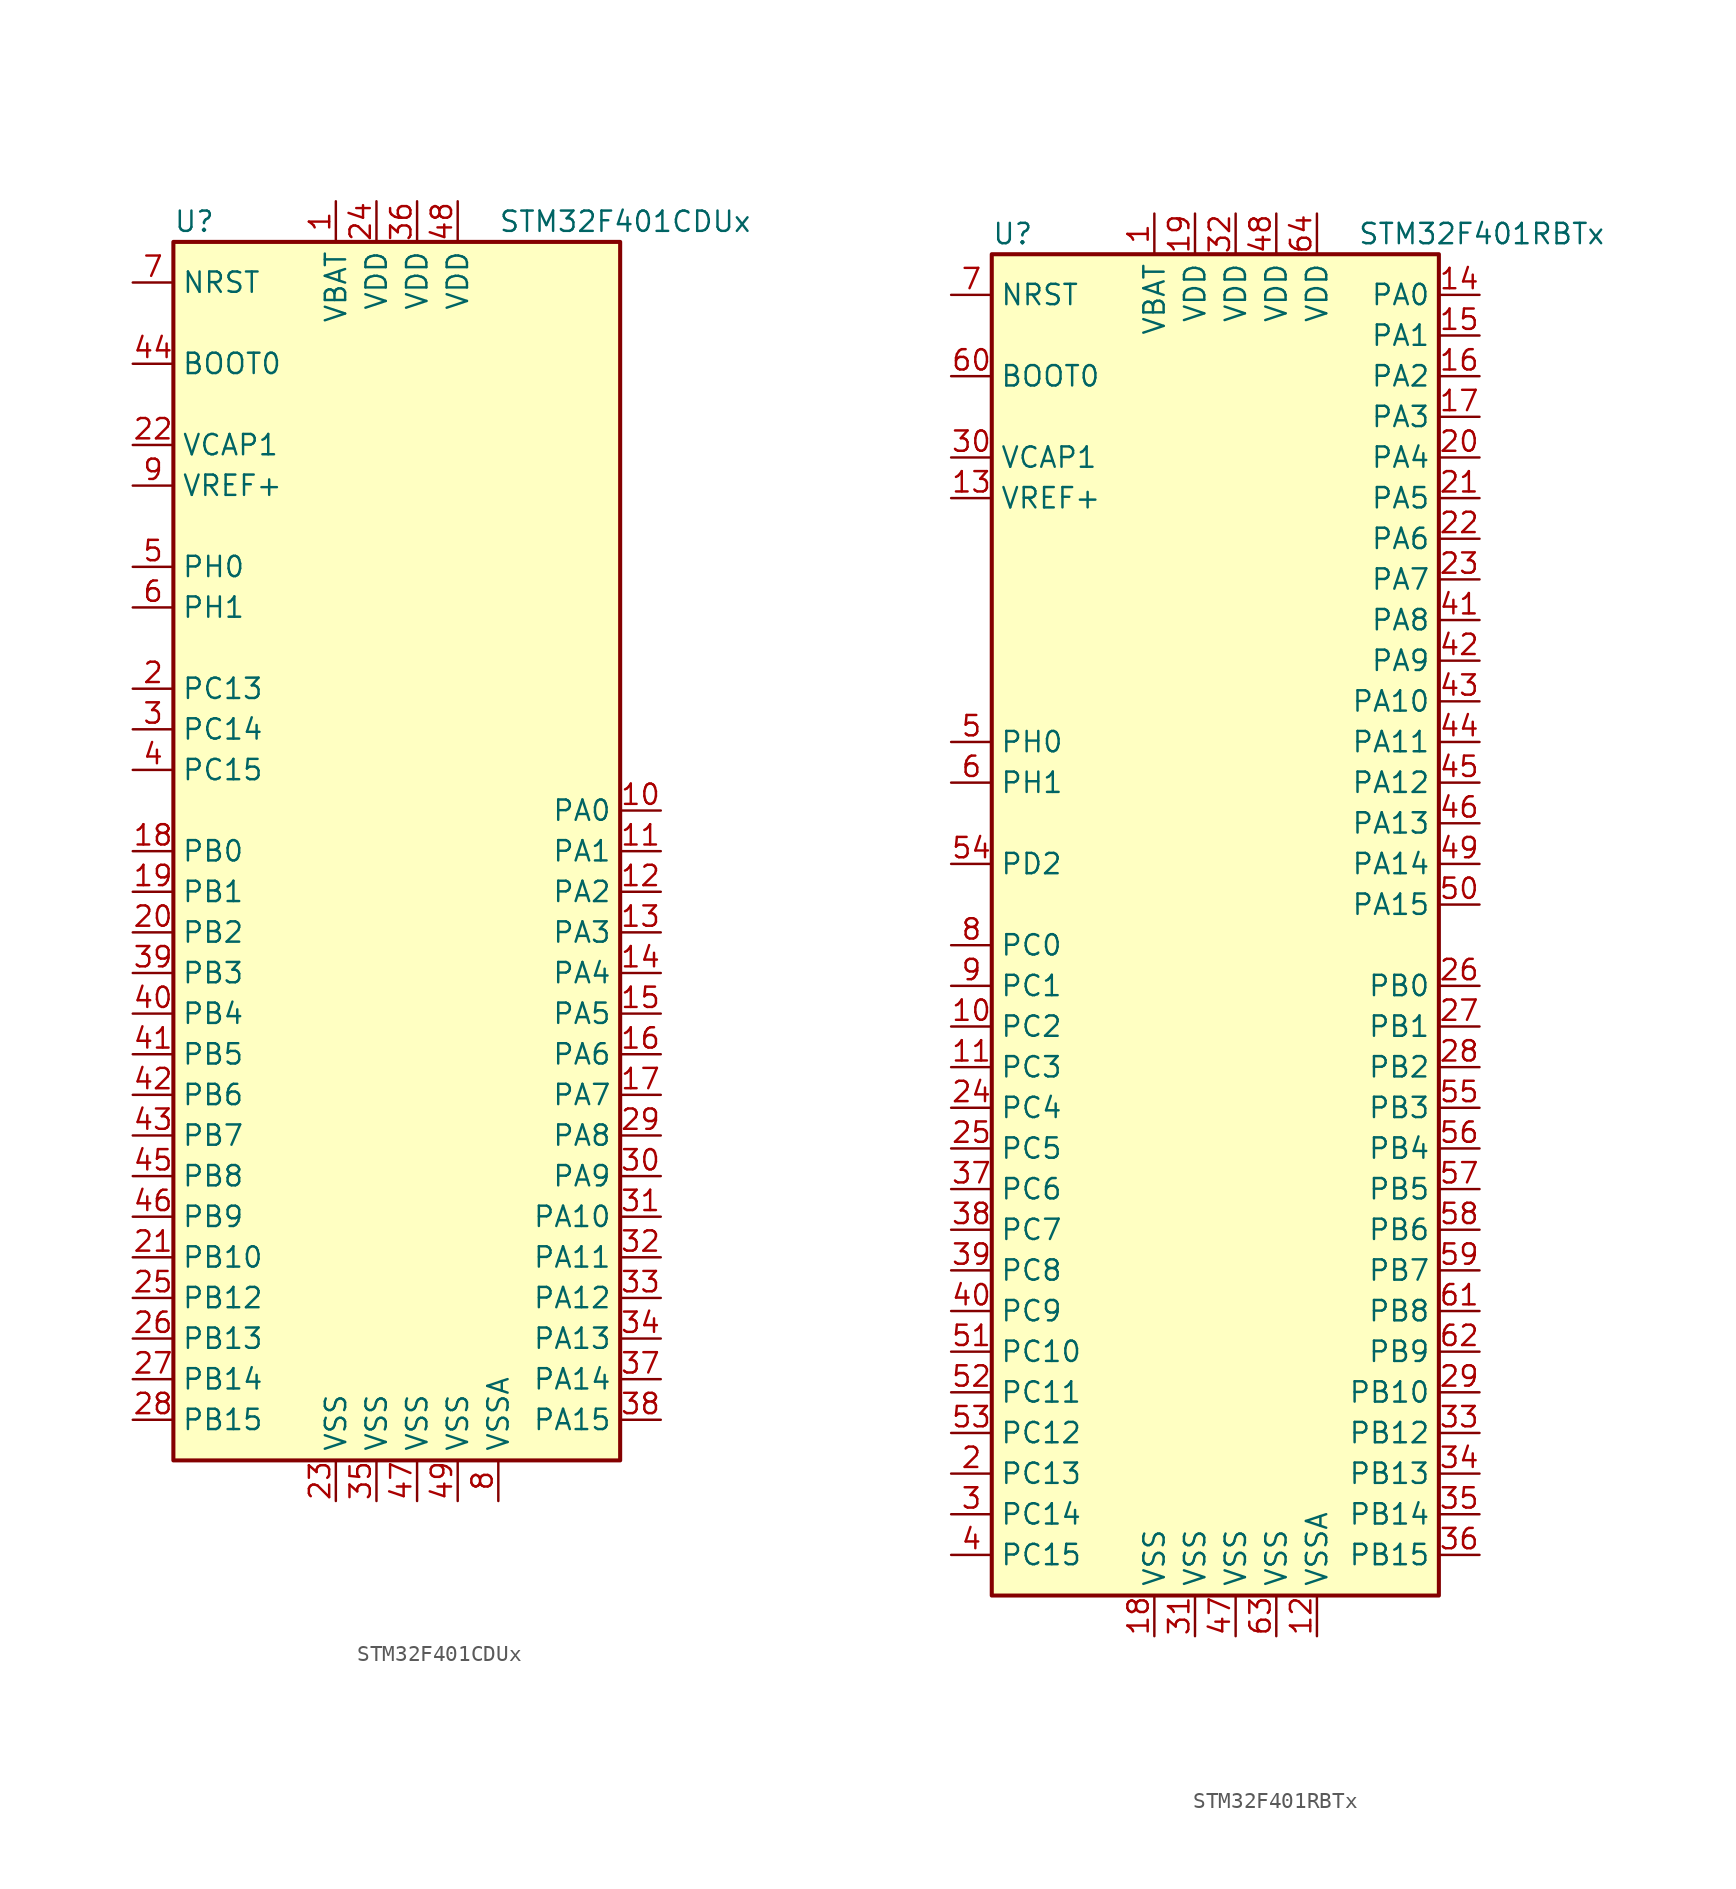
<source format=kicad_sym>
(kicad_symbol_lib
  (version 20211014)
  (generator kicad_symbol_editor)
  (symbol "STM32F401CDUx"
    (property "Reference" "U"
      (at -15.24 39.37 0)
      (effects (font (size 1.27 1.27)) (justify left)))
    (property "Value" "STM32F401CDUx"
      (at 5.08 39.37 0)
      (effects (font (size 1.27 1.27)) (justify left)))
    (symbol "STM32F401CDUx_0_1"
      (rectangle (start -15.24 -38.1) (end 12.7 38.1) (stroke (width 0.254) (type default) (color 0 0 0 0)) (fill (type background))))
    (symbol "STM32F401CDUx_1_1"
      (pin power_in line (at -5.08 40.64 270) (length 2.54) (name "VBAT" (effects (font (size 1.27 1.27)))) (number "1" (effects (font (size 1.27 1.27)))))
      (pin bidirectional line (at 15.24 2.54 180) (length 2.54) (name "PA0" (effects (font (size 1.27 1.27)))) (number "10" (effects (font (size 1.27 1.27)))))
      (pin bidirectional line (at 15.24 0 180) (length 2.54) (name "PA1" (effects (font (size 1.27 1.27)))) (number "11" (effects (font (size 1.27 1.27)))))
      (pin bidirectional line (at 15.24 -2.54 180) (length 2.54) (name "PA2" (effects (font (size 1.27 1.27)))) (number "12" (effects (font (size 1.27 1.27)))))
      (pin bidirectional line (at 15.24 -5.08 180) (length 2.54) (name "PA3" (effects (font (size 1.27 1.27)))) (number "13" (effects (font (size 1.27 1.27)))))
      (pin bidirectional line (at 15.24 -7.62 180) (length 2.54) (name "PA4" (effects (font (size 1.27 1.27)))) (number "14" (effects (font (size 1.27 1.27)))))
      (pin bidirectional line (at 15.24 -10.16 180) (length 2.54) (name "PA5" (effects (font (size 1.27 1.27)))) (number "15" (effects (font (size 1.27 1.27)))))
      (pin bidirectional line (at 15.24 -12.7 180) (length 2.54) (name "PA6" (effects (font (size 1.27 1.27)))) (number "16" (effects (font (size 1.27 1.27)))))
      (pin bidirectional line (at 15.24 -15.24 180) (length 2.54) (name "PA7" (effects (font (size 1.27 1.27)))) (number "17" (effects (font (size 1.27 1.27)))))
      (pin bidirectional line (at -17.78 0 0) (length 2.54) (name "PB0" (effects (font (size 1.27 1.27)))) (number "18" (effects (font (size 1.27 1.27)))))
      (pin bidirectional line (at -17.78 -2.54 0) (length 2.54) (name "PB1" (effects (font (size 1.27 1.27)))) (number "19" (effects (font (size 1.27 1.27)))))
      (pin bidirectional line (at -17.78 10.16 0) (length 2.54) (name "PC13" (effects (font (size 1.27 1.27)))) (number "2" (effects (font (size 1.27 1.27)))))
      (pin bidirectional line (at -17.78 -5.08 0) (length 2.54) (name "PB2" (effects (font (size 1.27 1.27)))) (number "20" (effects (font (size 1.27 1.27)))))
      (pin bidirectional line (at -17.78 -25.4 0) (length 2.54) (name "PB10" (effects (font (size 1.27 1.27)))) (number "21" (effects (font (size 1.27 1.27)))))
      (pin power_in line (at -17.78 25.4 0) (length 2.54) (name "VCAP1" (effects (font (size 1.27 1.27)))) (number "22" (effects (font (size 1.27 1.27)))))
      (pin power_in line (at -5.08 -40.64 90) (length 2.54) (name "VSS" (effects (font (size 1.27 1.27)))) (number "23" (effects (font (size 1.27 1.27)))))
      (pin power_in line (at -2.54 40.64 270) (length 2.54) (name "VDD" (effects (font (size 1.27 1.27)))) (number "24" (effects (font (size 1.27 1.27)))))
      (pin bidirectional line (at -17.78 -27.94 0) (length 2.54) (name "PB12" (effects (font (size 1.27 1.27)))) (number "25" (effects (font (size 1.27 1.27)))))
      (pin bidirectional line (at -17.78 -30.48 0) (length 2.54) (name "PB13" (effects (font (size 1.27 1.27)))) (number "26" (effects (font (size 1.27 1.27)))))
      (pin bidirectional line (at -17.78 -33.02 0) (length 2.54) (name "PB14" (effects (font (size 1.27 1.27)))) (number "27" (effects (font (size 1.27 1.27)))))
      (pin bidirectional line (at -17.78 -35.56 0) (length 2.54) (name "PB15" (effects (font (size 1.27 1.27)))) (number "28" (effects (font (size 1.27 1.27)))))
      (pin bidirectional line (at 15.24 -17.78 180) (length 2.54) (name "PA8" (effects (font (size 1.27 1.27)))) (number "29" (effects (font (size 1.27 1.27)))))
      (pin bidirectional line (at -17.78 7.62 0) (length 2.54) (name "PC14" (effects (font (size 1.27 1.27)))) (number "3" (effects (font (size 1.27 1.27)))))
      (pin bidirectional line (at 15.24 -20.32 180) (length 2.54) (name "PA9" (effects (font (size 1.27 1.27)))) (number "30" (effects (font (size 1.27 1.27)))))
      (pin bidirectional line (at 15.24 -22.86 180) (length 2.54) (name "PA10" (effects (font (size 1.27 1.27)))) (number "31" (effects (font (size 1.27 1.27)))))
      (pin bidirectional line (at 15.24 -25.4 180) (length 2.54) (name "PA11" (effects (font (size 1.27 1.27)))) (number "32" (effects (font (size 1.27 1.27)))))
      (pin bidirectional line (at 15.24 -27.94 180) (length 2.54) (name "PA12" (effects (font (size 1.27 1.27)))) (number "33" (effects (font (size 1.27 1.27)))))
      (pin bidirectional line (at 15.24 -30.48 180) (length 2.54) (name "PA13" (effects (font (size 1.27 1.27)))) (number "34" (effects (font (size 1.27 1.27)))))
      (pin power_in line (at -2.54 -40.64 90) (length 2.54) (name "VSS" (effects (font (size 1.27 1.27)))) (number "35" (effects (font (size 1.27 1.27)))))
      (pin power_in line (at 0 40.64 270) (length 2.54) (name "VDD" (effects (font (size 1.27 1.27)))) (number "36" (effects (font (size 1.27 1.27)))))
      (pin bidirectional line (at 15.24 -33.02 180) (length 2.54) (name "PA14" (effects (font (size 1.27 1.27)))) (number "37" (effects (font (size 1.27 1.27)))))
      (pin bidirectional line (at 15.24 -35.56 180) (length 2.54) (name "PA15" (effects (font (size 1.27 1.27)))) (number "38" (effects (font (size 1.27 1.27)))))
      (pin bidirectional line (at -17.78 -7.62 0) (length 2.54) (name "PB3" (effects (font (size 1.27 1.27)))) (number "39" (effects (font (size 1.27 1.27)))))
      (pin bidirectional line (at -17.78 5.08 0) (length 2.54) (name "PC15" (effects (font (size 1.27 1.27)))) (number "4" (effects (font (size 1.27 1.27)))))
      (pin bidirectional line (at -17.78 -10.16 0) (length 2.54) (name "PB4" (effects (font (size 1.27 1.27)))) (number "40" (effects (font (size 1.27 1.27)))))
      (pin bidirectional line (at -17.78 -12.7 0) (length 2.54) (name "PB5" (effects (font (size 1.27 1.27)))) (number "41" (effects (font (size 1.27 1.27)))))
      (pin bidirectional line (at -17.78 -15.24 0) (length 2.54) (name "PB6" (effects (font (size 1.27 1.27)))) (number "42" (effects (font (size 1.27 1.27)))))
      (pin bidirectional line (at -17.78 -17.78 0) (length 2.54) (name "PB7" (effects (font (size 1.27 1.27)))) (number "43" (effects (font (size 1.27 1.27)))))
      (pin input line (at -17.78 30.48 0) (length 2.54) (name "BOOT0" (effects (font (size 1.27 1.27)))) (number "44" (effects (font (size 1.27 1.27)))))
      (pin bidirectional line (at -17.78 -20.32 0) (length 2.54) (name "PB8" (effects (font (size 1.27 1.27)))) (number "45" (effects (font (size 1.27 1.27)))))
      (pin bidirectional line (at -17.78 -22.86 0) (length 2.54) (name "PB9" (effects (font (size 1.27 1.27)))) (number "46" (effects (font (size 1.27 1.27)))))
      (pin power_in line (at 0 -40.64 90) (length 2.54) (name "VSS" (effects (font (size 1.27 1.27)))) (number "47" (effects (font (size 1.27 1.27)))))
      (pin power_in line (at 2.54 40.64 270) (length 2.54) (name "VDD" (effects (font (size 1.27 1.27)))) (number "48" (effects (font (size 1.27 1.27)))))
      (pin power_in line (at 2.54 -40.64 90) (length 2.54) (name "VSS" (effects (font (size 1.27 1.27)))) (number "49" (effects (font (size 1.27 1.27)))))
      (pin input line (at -17.78 17.78 0) (length 2.54) (name "PH0" (effects (font (size 1.27 1.27)))) (number "5" (effects (font (size 1.27 1.27)))))
      (pin input line (at -17.78 15.24 0) (length 2.54) (name "PH1" (effects (font (size 1.27 1.27)))) (number "6" (effects (font (size 1.27 1.27)))))
      (pin input line (at -17.78 35.56 0) (length 2.54) (name "NRST" (effects (font (size 1.27 1.27)))) (number "7" (effects (font (size 1.27 1.27)))))
      (pin power_in line (at 5.08 -40.64 90) (length 2.54) (name "VSSA" (effects (font (size 1.27 1.27)))) (number "8" (effects (font (size 1.27 1.27)))))
      (pin power_in line (at -17.78 22.86 0) (length 2.54) (name "VREF+" (effects (font (size 1.27 1.27)))) (number "9" (effects (font (size 1.27 1.27)))))))
  (symbol "STM32F401RBTx"
    (property "Reference" "U"
      (at -15.24 41.91 0)
      (effects (font (size 1.27 1.27)) (justify left)))
    (property "Value" "STM32F401RBTx"
      (at 7.62 41.91 0)
      (effects (font (size 1.27 1.27)) (justify left)))
    (symbol "STM32F401RBTx_0_1"
      (rectangle (start -15.24 -43.18) (end 12.7 40.64) (stroke (width 0.254) (type default) (color 0 0 0 0)) (fill (type background))))
    (symbol "STM32F401RBTx_1_1"
      (pin power_in line (at -5.08 43.18 270) (length 2.54) (name "VBAT" (effects (font (size 1.27 1.27)))) (number "1" (effects (font (size 1.27 1.27)))))
      (pin bidirectional line (at -17.78 -7.62 0) (length 2.54) (name "PC2" (effects (font (size 1.27 1.27)))) (number "10" (effects (font (size 1.27 1.27)))))
      (pin bidirectional line (at -17.78 -10.16 0) (length 2.54) (name "PC3" (effects (font (size 1.27 1.27)))) (number "11" (effects (font (size 1.27 1.27)))))
      (pin power_in line (at 5.08 -45.72 90) (length 2.54) (name "VSSA" (effects (font (size 1.27 1.27)))) (number "12" (effects (font (size 1.27 1.27)))))
      (pin power_in line (at -17.78 25.4 0) (length 2.54) (name "VREF+" (effects (font (size 1.27 1.27)))) (number "13" (effects (font (size 1.27 1.27)))))
      (pin bidirectional line (at 15.24 38.1 180) (length 2.54) (name "PA0" (effects (font (size 1.27 1.27)))) (number "14" (effects (font (size 1.27 1.27)))))
      (pin bidirectional line (at 15.24 35.56 180) (length 2.54) (name "PA1" (effects (font (size 1.27 1.27)))) (number "15" (effects (font (size 1.27 1.27)))))
      (pin bidirectional line (at 15.24 33.02 180) (length 2.54) (name "PA2" (effects (font (size 1.27 1.27)))) (number "16" (effects (font (size 1.27 1.27)))))
      (pin bidirectional line (at 15.24 30.48 180) (length 2.54) (name "PA3" (effects (font (size 1.27 1.27)))) (number "17" (effects (font (size 1.27 1.27)))))
      (pin power_in line (at -5.08 -45.72 90) (length 2.54) (name "VSS" (effects (font (size 1.27 1.27)))) (number "18" (effects (font (size 1.27 1.27)))))
      (pin power_in line (at -2.54 43.18 270) (length 2.54) (name "VDD" (effects (font (size 1.27 1.27)))) (number "19" (effects (font (size 1.27 1.27)))))
      (pin bidirectional line (at -17.78 -35.56 0) (length 2.54) (name "PC13" (effects (font (size 1.27 1.27)))) (number "2" (effects (font (size 1.27 1.27)))))
      (pin bidirectional line (at 15.24 27.94 180) (length 2.54) (name "PA4" (effects (font (size 1.27 1.27)))) (number "20" (effects (font (size 1.27 1.27)))))
      (pin bidirectional line (at 15.24 25.4 180) (length 2.54) (name "PA5" (effects (font (size 1.27 1.27)))) (number "21" (effects (font (size 1.27 1.27)))))
      (pin bidirectional line (at 15.24 22.86 180) (length 2.54) (name "PA6" (effects (font (size 1.27 1.27)))) (number "22" (effects (font (size 1.27 1.27)))))
      (pin bidirectional line (at 15.24 20.32 180) (length 2.54) (name "PA7" (effects (font (size 1.27 1.27)))) (number "23" (effects (font (size 1.27 1.27)))))
      (pin bidirectional line (at -17.78 -12.7 0) (length 2.54) (name "PC4" (effects (font (size 1.27 1.27)))) (number "24" (effects (font (size 1.27 1.27)))))
      (pin bidirectional line (at -17.78 -15.24 0) (length 2.54) (name "PC5" (effects (font (size 1.27 1.27)))) (number "25" (effects (font (size 1.27 1.27)))))
      (pin bidirectional line (at 15.24 -5.08 180) (length 2.54) (name "PB0" (effects (font (size 1.27 1.27)))) (number "26" (effects (font (size 1.27 1.27)))))
      (pin bidirectional line (at 15.24 -7.62 180) (length 2.54) (name "PB1" (effects (font (size 1.27 1.27)))) (number "27" (effects (font (size 1.27 1.27)))))
      (pin bidirectional line (at 15.24 -10.16 180) (length 2.54) (name "PB2" (effects (font (size 1.27 1.27)))) (number "28" (effects (font (size 1.27 1.27)))))
      (pin bidirectional line (at 15.24 -30.48 180) (length 2.54) (name "PB10" (effects (font (size 1.27 1.27)))) (number "29" (effects (font (size 1.27 1.27)))))
      (pin bidirectional line (at -17.78 -38.1 0) (length 2.54) (name "PC14" (effects (font (size 1.27 1.27)))) (number "3" (effects (font (size 1.27 1.27)))))
      (pin power_in line (at -17.78 27.94 0) (length 2.54) (name "VCAP1" (effects (font (size 1.27 1.27)))) (number "30" (effects (font (size 1.27 1.27)))))
      (pin power_in line (at -2.54 -45.72 90) (length 2.54) (name "VSS" (effects (font (size 1.27 1.27)))) (number "31" (effects (font (size 1.27 1.27)))))
      (pin power_in line (at 0 43.18 270) (length 2.54) (name "VDD" (effects (font (size 1.27 1.27)))) (number "32" (effects (font (size 1.27 1.27)))))
      (pin bidirectional line (at 15.24 -33.02 180) (length 2.54) (name "PB12" (effects (font (size 1.27 1.27)))) (number "33" (effects (font (size 1.27 1.27)))))
      (pin bidirectional line (at 15.24 -35.56 180) (length 2.54) (name "PB13" (effects (font (size 1.27 1.27)))) (number "34" (effects (font (size 1.27 1.27)))))
      (pin bidirectional line (at 15.24 -38.1 180) (length 2.54) (name "PB14" (effects (font (size 1.27 1.27)))) (number "35" (effects (font (size 1.27 1.27)))))
      (pin bidirectional line (at 15.24 -40.64 180) (length 2.54) (name "PB15" (effects (font (size 1.27 1.27)))) (number "36" (effects (font (size 1.27 1.27)))))
      (pin bidirectional line (at -17.78 -17.78 0) (length 2.54) (name "PC6" (effects (font (size 1.27 1.27)))) (number "37" (effects (font (size 1.27 1.27)))))
      (pin bidirectional line (at -17.78 -20.32 0) (length 2.54) (name "PC7" (effects (font (size 1.27 1.27)))) (number "38" (effects (font (size 1.27 1.27)))))
      (pin bidirectional line (at -17.78 -22.86 0) (length 2.54) (name "PC8" (effects (font (size 1.27 1.27)))) (number "39" (effects (font (size 1.27 1.27)))))
      (pin bidirectional line (at -17.78 -40.64 0) (length 2.54) (name "PC15" (effects (font (size 1.27 1.27)))) (number "4" (effects (font (size 1.27 1.27)))))
      (pin bidirectional line (at -17.78 -25.4 0) (length 2.54) (name "PC9" (effects (font (size 1.27 1.27)))) (number "40" (effects (font (size 1.27 1.27)))))
      (pin bidirectional line (at 15.24 17.78 180) (length 2.54) (name "PA8" (effects (font (size 1.27 1.27)))) (number "41" (effects (font (size 1.27 1.27)))))
      (pin bidirectional line (at 15.24 15.24 180) (length 2.54) (name "PA9" (effects (font (size 1.27 1.27)))) (number "42" (effects (font (size 1.27 1.27)))))
      (pin bidirectional line (at 15.24 12.7 180) (length 2.54) (name "PA10" (effects (font (size 1.27 1.27)))) (number "43" (effects (font (size 1.27 1.27)))))
      (pin bidirectional line (at 15.24 10.16 180) (length 2.54) (name "PA11" (effects (font (size 1.27 1.27)))) (number "44" (effects (font (size 1.27 1.27)))))
      (pin bidirectional line (at 15.24 7.62 180) (length 2.54) (name "PA12" (effects (font (size 1.27 1.27)))) (number "45" (effects (font (size 1.27 1.27)))))
      (pin bidirectional line (at 15.24 5.08 180) (length 2.54) (name "PA13" (effects (font (size 1.27 1.27)))) (number "46" (effects (font (size 1.27 1.27)))))
      (pin power_in line (at 0 -45.72 90) (length 2.54) (name "VSS" (effects (font (size 1.27 1.27)))) (number "47" (effects (font (size 1.27 1.27)))))
      (pin power_in line (at 2.54 43.18 270) (length 2.54) (name "VDD" (effects (font (size 1.27 1.27)))) (number "48" (effects (font (size 1.27 1.27)))))
      (pin bidirectional line (at 15.24 2.54 180) (length 2.54) (name "PA14" (effects (font (size 1.27 1.27)))) (number "49" (effects (font (size 1.27 1.27)))))
      (pin input line (at -17.78 10.16 0) (length 2.54) (name "PH0" (effects (font (size 1.27 1.27)))) (number "5" (effects (font (size 1.27 1.27)))))
      (pin bidirectional line (at 15.24 0 180) (length 2.54) (name "PA15" (effects (font (size 1.27 1.27)))) (number "50" (effects (font (size 1.27 1.27)))))
      (pin bidirectional line (at -17.78 -27.94 0) (length 2.54) (name "PC10" (effects (font (size 1.27 1.27)))) (number "51" (effects (font (size 1.27 1.27)))))
      (pin bidirectional line (at -17.78 -30.48 0) (length 2.54) (name "PC11" (effects (font (size 1.27 1.27)))) (number "52" (effects (font (size 1.27 1.27)))))
      (pin bidirectional line (at -17.78 -33.02 0) (length 2.54) (name "PC12" (effects (font (size 1.27 1.27)))) (number "53" (effects (font (size 1.27 1.27)))))
      (pin bidirectional line (at -17.78 2.54 0) (length 2.54) (name "PD2" (effects (font (size 1.27 1.27)))) (number "54" (effects (font (size 1.27 1.27)))))
      (pin bidirectional line (at 15.24 -12.7 180) (length 2.54) (name "PB3" (effects (font (size 1.27 1.27)))) (number "55" (effects (font (size 1.27 1.27)))))
      (pin bidirectional line (at 15.24 -15.24 180) (length 2.54) (name "PB4" (effects (font (size 1.27 1.27)))) (number "56" (effects (font (size 1.27 1.27)))))
      (pin bidirectional line (at 15.24 -17.78 180) (length 2.54) (name "PB5" (effects (font (size 1.27 1.27)))) (number "57" (effects (font (size 1.27 1.27)))))
      (pin bidirectional line (at 15.24 -20.32 180) (length 2.54) (name "PB6" (effects (font (size 1.27 1.27)))) (number "58" (effects (font (size 1.27 1.27)))))
      (pin bidirectional line (at 15.24 -22.86 180) (length 2.54) (name "PB7" (effects (font (size 1.27 1.27)))) (number "59" (effects (font (size 1.27 1.27)))))
      (pin input line (at -17.78 7.62 0) (length 2.54) (name "PH1" (effects (font (size 1.27 1.27)))) (number "6" (effects (font (size 1.27 1.27)))))
      (pin input line (at -17.78 33.02 0) (length 2.54) (name "BOOT0" (effects (font (size 1.27 1.27)))) (number "60" (effects (font (size 1.27 1.27)))))
      (pin bidirectional line (at 15.24 -25.4 180) (length 2.54) (name "PB8" (effects (font (size 1.27 1.27)))) (number "61" (effects (font (size 1.27 1.27)))))
      (pin bidirectional line (at 15.24 -27.94 180) (length 2.54) (name "PB9" (effects (font (size 1.27 1.27)))) (number "62" (effects (font (size 1.27 1.27)))))
      (pin power_in line (at 2.54 -45.72 90) (length 2.54) (name "VSS" (effects (font (size 1.27 1.27)))) (number "63" (effects (font (size 1.27 1.27)))))
      (pin power_in line (at 5.08 43.18 270) (length 2.54) (name "VDD" (effects (font (size 1.27 1.27)))) (number "64" (effects (font (size 1.27 1.27)))))
      (pin input line (at -17.78 38.1 0) (length 2.54) (name "NRST" (effects (font (size 1.27 1.27)))) (number "7" (effects (font (size 1.27 1.27)))))
      (pin bidirectional line (at -17.78 -2.54 0) (length 2.54) (name "PC0" (effects (font (size 1.27 1.27)))) (number "8" (effects (font (size 1.27 1.27)))))
      (pin bidirectional line (at -17.78 -5.08 0) (length 2.54) (name "PC1" (effects (font (size 1.27 1.27)))) (number "9" (effects (font (size 1.27 1.27))))))))
</source>
